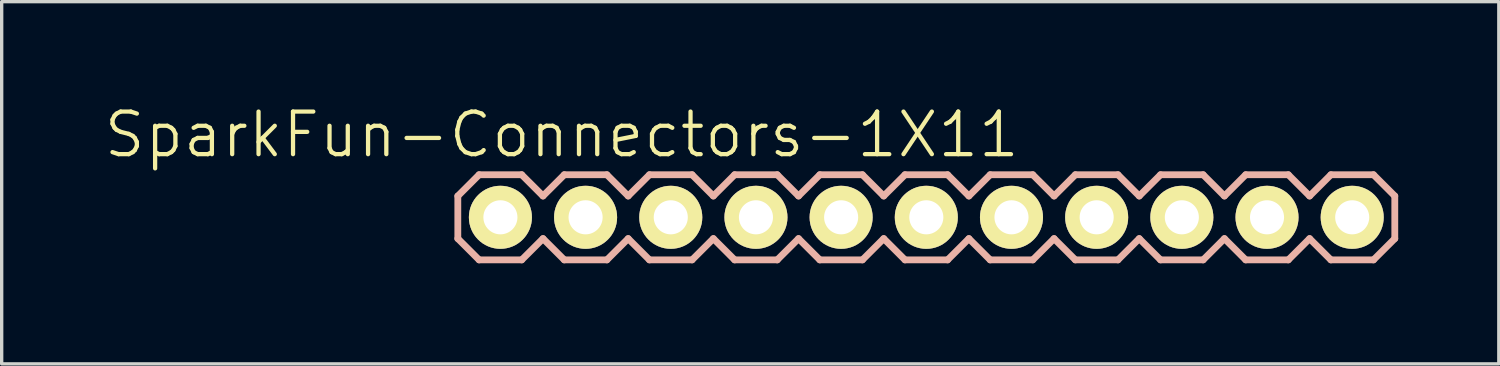
<source format=kicad_pcb>
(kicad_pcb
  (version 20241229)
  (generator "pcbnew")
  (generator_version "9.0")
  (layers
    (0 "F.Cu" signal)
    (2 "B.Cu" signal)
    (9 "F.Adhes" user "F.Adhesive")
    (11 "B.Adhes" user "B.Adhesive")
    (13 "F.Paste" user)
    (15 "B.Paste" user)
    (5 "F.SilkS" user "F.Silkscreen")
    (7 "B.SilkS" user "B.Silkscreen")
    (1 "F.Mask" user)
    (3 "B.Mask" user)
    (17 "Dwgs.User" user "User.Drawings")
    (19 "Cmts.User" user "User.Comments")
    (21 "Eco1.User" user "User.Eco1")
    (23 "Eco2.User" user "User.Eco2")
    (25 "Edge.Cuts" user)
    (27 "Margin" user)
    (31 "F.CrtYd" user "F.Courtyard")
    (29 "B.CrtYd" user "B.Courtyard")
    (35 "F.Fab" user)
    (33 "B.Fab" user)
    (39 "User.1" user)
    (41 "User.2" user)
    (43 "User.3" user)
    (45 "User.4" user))
  (footprint "SparkFun-Connectors-1X11"
    (layer "F.Cu")
    (at 11.872 3.43)
    (property "Reference" "SparkFun-Connectors-1X11" (at 1.829 -2.464 0) (layer "F.SilkS") (effects (font (size 1.27 1.27) (thickness 0.127))))
    (attr exclude_from_pos_files exclude_from_bom)
    (fp_line (start -0.254 -0.254) (end 0.254 -0.254) (stroke (width 0.066) (type solid)) (layer "F.SilkS"))
    (fp_line (start -0.254 0.254) (end -0.254 -0.254) (stroke (width 0.066) (type solid)) (layer "F.SilkS"))
    (fp_line (start -0.254 0.254) (end 0.254 0.254) (stroke (width 0.066) (type solid)) (layer "F.SilkS"))
    (fp_line (start 0.254 0.254) (end 0.254 -0.254) (stroke (width 0.066) (type solid)) (layer "F.SilkS"))
    (fp_line (start 2.286 -0.254) (end 2.794 -0.254) (stroke (width 0.066) (type solid)) (layer "F.SilkS"))
    (fp_line (start 2.286 0.254) (end 2.286 -0.254) (stroke (width 0.066) (type solid)) (layer "F.SilkS"))
    (fp_line (start 2.286 0.254) (end 2.794 0.254) (stroke (width 0.066) (type solid)) (layer "F.SilkS"))
    (fp_line (start 2.794 0.254) (end 2.794 -0.254) (stroke (width 0.066) (type solid)) (layer "F.SilkS"))
    (fp_line (start 4.826 -0.254) (end 5.334 -0.254) (stroke (width 0.066) (type solid)) (layer "F.SilkS"))
    (fp_line (start 4.826 0.254) (end 4.826 -0.254) (stroke (width 0.066) (type solid)) (layer "F.SilkS"))
    (fp_line (start 4.826 0.254) (end 5.334 0.254) (stroke (width 0.066) (type solid)) (layer "F.SilkS"))
    (fp_line (start 5.334 0.254) (end 5.334 -0.254) (stroke (width 0.066) (type solid)) (layer "F.SilkS"))
    (fp_line (start 7.366 -0.254) (end 7.874 -0.254) (stroke (width 0.066) (type solid)) (layer "F.SilkS"))
    (fp_line (start 7.366 0.254) (end 7.366 -0.254) (stroke (width 0.066) (type solid)) (layer "F.SilkS"))
    (fp_line (start 7.366 0.254) (end 7.874 0.254) (stroke (width 0.066) (type solid)) (layer "F.SilkS"))
    (fp_line (start 7.874 0.254) (end 7.874 -0.254) (stroke (width 0.066) (type solid)) (layer "F.SilkS"))
    (fp_line (start 9.906 -0.254) (end 10.414 -0.254) (stroke (width 0.066) (type solid)) (layer "F.SilkS"))
    (fp_line (start 9.906 0.254) (end 9.906 -0.254) (stroke (width 0.066) (type solid)) (layer "F.SilkS"))
    (fp_line (start 9.906 0.254) (end 10.414 0.254) (stroke (width 0.066) (type solid)) (layer "F.SilkS"))
    (fp_line (start 10.414 0.254) (end 10.414 -0.254) (stroke (width 0.066) (type solid)) (layer "F.SilkS"))
    (fp_line (start 12.446 -0.254) (end 12.954 -0.254) (stroke (width 0.066) (type solid)) (layer "F.SilkS"))
    (fp_line (start 12.446 0.254) (end 12.446 -0.254) (stroke (width 0.066) (type solid)) (layer "F.SilkS"))
    (fp_line (start 12.446 0.254) (end 12.954 0.254) (stroke (width 0.066) (type solid)) (layer "F.SilkS"))
    (fp_line (start 12.954 0.254) (end 12.954 -0.254) (stroke (width 0.066) (type solid)) (layer "F.SilkS"))
    (fp_line (start 14.986 -0.254) (end 15.494 -0.254) (stroke (width 0.066) (type solid)) (layer "F.SilkS"))
    (fp_line (start 14.986 0.254) (end 14.986 -0.254) (stroke (width 0.066) (type solid)) (layer "F.SilkS"))
    (fp_line (start 14.986 0.254) (end 15.494 0.254) (stroke (width 0.066) (type solid)) (layer "F.SilkS"))
    (fp_line (start 15.494 0.254) (end 15.494 -0.254) (stroke (width 0.066) (type solid)) (layer "F.SilkS"))
    (fp_line (start 17.523 -0.254) (end 18.034 -0.254) (stroke (width 0.066) (type solid)) (layer "F.SilkS"))
    (fp_line (start 17.523 0.254) (end 17.523 -0.254) (stroke (width 0.066) (type solid)) (layer "F.SilkS"))
    (fp_line (start 17.523 0.254) (end 18.034 0.254) (stroke (width 0.066) (type solid)) (layer "F.SilkS"))
    (fp_line (start 18.034 0.254) (end 18.034 -0.254) (stroke (width 0.066) (type solid)) (layer "F.SilkS"))
    (fp_line (start 20.066 -0.254) (end 20.574 -0.254) (stroke (width 0.066) (type solid)) (layer "F.SilkS"))
    (fp_line (start 20.066 0.254) (end 20.066 -0.254) (stroke (width 0.066) (type solid)) (layer "F.SilkS"))
    (fp_line (start 20.066 0.254) (end 20.574 0.254) (stroke (width 0.066) (type solid)) (layer "F.SilkS"))
    (fp_line (start 20.574 0.254) (end 20.574 -0.254) (stroke (width 0.066) (type solid)) (layer "F.SilkS"))
    (fp_line (start 22.606 -0.254) (end 23.114 -0.254) (stroke (width 0.066) (type solid)) (layer "F.SilkS"))
    (fp_line (start 22.606 0.254) (end 22.606 -0.254) (stroke (width 0.066) (type solid)) (layer "F.SilkS"))
    (fp_line (start 22.606 0.254) (end 23.114 0.254) (stroke (width 0.066) (type solid)) (layer "F.SilkS"))
    (fp_line (start 23.114 0.254) (end 23.114 -0.254) (stroke (width 0.066) (type solid)) (layer "F.SilkS"))
    (fp_line (start 25.146 -0.254) (end 25.654 -0.254) (stroke (width 0.066) (type solid)) (layer "F.SilkS"))
    (fp_line (start 25.146 0.254) (end 25.146 -0.254) (stroke (width 0.066) (type solid)) (layer "F.SilkS"))
    (fp_line (start 25.146 0.254) (end 25.654 0.254) (stroke (width 0.066) (type solid)) (layer "F.SilkS"))
    (fp_line (start 25.654 0.254) (end 25.654 -0.254) (stroke (width 0.066) (type solid)) (layer "F.SilkS"))
    (fp_line (start -1.27 -0.635) (end -1.27 0.635) (stroke (width 0.203) (type solid)) (layer "B.SilkS"))
    (fp_line (start -1.27 0.635) (end -0.635 1.27) (stroke (width 0.203) (type solid)) (layer "B.SilkS"))
    (fp_line (start -0.635 -1.27) (end -1.27 -0.635) (stroke (width 0.203) (type solid)) (layer "B.SilkS"))
    (fp_line (start -0.635 -1.27) (end 0.635 -1.27) (stroke (width 0.203) (type solid)) (layer "B.SilkS"))
    (fp_line (start 0.635 -1.27) (end 1.27 -0.635) (stroke (width 0.203) (type solid)) (layer "B.SilkS"))
    (fp_line (start 0.635 1.27) (end -0.635 1.27) (stroke (width 0.203) (type solid)) (layer "B.SilkS"))
    (fp_line (start 1.27 -0.635) (end 1.905 -1.27) (stroke (width 0.203) (type solid)) (layer "B.SilkS"))
    (fp_line (start 1.27 0.635) (end 0.635 1.27) (stroke (width 0.203) (type solid)) (layer "B.SilkS"))
    (fp_line (start 1.905 -1.27) (end 3.175 -1.27) (stroke (width 0.203) (type solid)) (layer "B.SilkS"))
    (fp_line (start 1.905 1.27) (end 1.27 0.635) (stroke (width 0.203) (type solid)) (layer "B.SilkS"))
    (fp_line (start 3.175 -1.27) (end 3.81 -0.635) (stroke (width 0.203) (type solid)) (layer "B.SilkS"))
    (fp_line (start 3.175 1.27) (end 1.905 1.27) (stroke (width 0.203) (type solid)) (layer "B.SilkS"))
    (fp_line (start 3.81 -0.635) (end 4.445 -1.27) (stroke (width 0.203) (type solid)) (layer "B.SilkS"))
    (fp_line (start 3.81 0.635) (end 3.175 1.27) (stroke (width 0.203) (type solid)) (layer "B.SilkS"))
    (fp_line (start 4.445 -1.27) (end 5.715 -1.27) (stroke (width 0.203) (type solid)) (layer "B.SilkS"))
    (fp_line (start 4.445 1.27) (end 3.81 0.635) (stroke (width 0.203) (type solid)) (layer "B.SilkS"))
    (fp_line (start 5.715 -1.27) (end 6.35 -0.635) (stroke (width 0.203) (type solid)) (layer "B.SilkS"))
    (fp_line (start 5.715 1.27) (end 4.445 1.27) (stroke (width 0.203) (type solid)) (layer "B.SilkS"))
    (fp_line (start 6.35 0.635) (end 5.715 1.27) (stroke (width 0.203) (type solid)) (layer "B.SilkS"))
    (fp_line (start 6.35 0.635) (end 6.985 1.27) (stroke (width 0.203) (type solid)) (layer "B.SilkS"))
    (fp_line (start 6.985 -1.27) (end 6.35 -0.635) (stroke (width 0.203) (type solid)) (layer "B.SilkS"))
    (fp_line (start 6.985 -1.27) (end 8.255 -1.27) (stroke (width 0.203) (type solid)) (layer "B.SilkS"))
    (fp_line (start 8.255 -1.27) (end 8.89 -0.635) (stroke (width 0.203) (type solid)) (layer "B.SilkS"))
    (fp_line (start 8.255 1.27) (end 6.985 1.27) (stroke (width 0.203) (type solid)) (layer "B.SilkS"))
    (fp_line (start 8.89 -0.635) (end 9.525 -1.27) (stroke (width 0.203) (type solid)) (layer "B.SilkS"))
    (fp_line (start 8.89 0.635) (end 8.255 1.27) (stroke (width 0.203) (type solid)) (layer "B.SilkS"))
    (fp_line (start 9.525 -1.27) (end 10.795 -1.27) (stroke (width 0.203) (type solid)) (layer "B.SilkS"))
    (fp_line (start 9.525 1.27) (end 8.89 0.635) (stroke (width 0.203) (type solid)) (layer "B.SilkS"))
    (fp_line (start 10.795 -1.27) (end 11.43 -0.635) (stroke (width 0.203) (type solid)) (layer "B.SilkS"))
    (fp_line (start 10.795 1.27) (end 9.525 1.27) (stroke (width 0.203) (type solid)) (layer "B.SilkS"))
    (fp_line (start 11.43 -0.635) (end 12.065 -1.27) (stroke (width 0.203) (type solid)) (layer "B.SilkS"))
    (fp_line (start 11.43 0.635) (end 10.795 1.27) (stroke (width 0.203) (type solid)) (layer "B.SilkS"))
    (fp_line (start 12.065 -1.27) (end 13.335 -1.27) (stroke (width 0.203) (type solid)) (layer "B.SilkS"))
    (fp_line (start 12.065 1.27) (end 11.43 0.635) (stroke (width 0.203) (type solid)) (layer "B.SilkS"))
    (fp_line (start 13.335 -1.27) (end 13.97 -0.635) (stroke (width 0.203) (type solid)) (layer "B.SilkS"))
    (fp_line (start 13.335 1.27) (end 12.065 1.27) (stroke (width 0.203) (type solid)) (layer "B.SilkS"))
    (fp_line (start 13.97 0.635) (end 13.335 1.27) (stroke (width 0.203) (type solid)) (layer "B.SilkS"))
    (fp_line (start 13.97 0.635) (end 14.605 1.27) (stroke (width 0.203) (type solid)) (layer "B.SilkS"))
    (fp_line (start 14.605 -1.27) (end 13.97 -0.635) (stroke (width 0.203) (type solid)) (layer "B.SilkS"))
    (fp_line (start 14.605 -1.27) (end 15.875 -1.27) (stroke (width 0.203) (type solid)) (layer "B.SilkS"))
    (fp_line (start 15.875 -1.27) (end 16.51 -0.635) (stroke (width 0.203) (type solid)) (layer "B.SilkS"))
    (fp_line (start 15.875 1.27) (end 14.605 1.27) (stroke (width 0.203) (type solid)) (layer "B.SilkS"))
    (fp_line (start 16.51 0.635) (end 15.875 1.27) (stroke (width 0.203) (type solid)) (layer "B.SilkS"))
    (fp_line (start 16.51 0.635) (end 17.145 1.27) (stroke (width 0.203) (type solid)) (layer "B.SilkS"))
    (fp_line (start 17.145 -1.27) (end 16.51 -0.635) (stroke (width 0.203) (type solid)) (layer "B.SilkS"))
    (fp_line (start 17.145 -1.27) (end 18.415 -1.27) (stroke (width 0.203) (type solid)) (layer "B.SilkS"))
    (fp_line (start 18.415 -1.27) (end 19.05 -0.635) (stroke (width 0.203) (type solid)) (layer "B.SilkS"))
    (fp_line (start 18.415 1.27) (end 17.145 1.27) (stroke (width 0.203) (type solid)) (layer "B.SilkS"))
    (fp_line (start 19.05 0.635) (end 18.415 1.27) (stroke (width 0.203) (type solid)) (layer "B.SilkS"))
    (fp_line (start 19.05 0.635) (end 19.685 1.27) (stroke (width 0.203) (type solid)) (layer "B.SilkS"))
    (fp_line (start 19.685 -1.27) (end 19.05 -0.635) (stroke (width 0.203) (type solid)) (layer "B.SilkS"))
    (fp_line (start 19.685 -1.27) (end 20.955 -1.27) (stroke (width 0.203) (type solid)) (layer "B.SilkS"))
    (fp_line (start 20.955 -1.27) (end 21.59 -0.635) (stroke (width 0.203) (type solid)) (layer "B.SilkS"))
    (fp_line (start 20.955 1.27) (end 19.685 1.27) (stroke (width 0.203) (type solid)) (layer "B.SilkS"))
    (fp_line (start 21.59 0.635) (end 20.955 1.27) (stroke (width 0.203) (type solid)) (layer "B.SilkS"))
    (fp_line (start 21.59 0.635) (end 22.225 1.27) (stroke (width 0.203) (type solid)) (layer "B.SilkS"))
    (fp_line (start 22.225 -1.27) (end 21.59 -0.635) (stroke (width 0.203) (type solid)) (layer "B.SilkS"))
    (fp_line (start 22.225 -1.27) (end 23.495 -1.27) (stroke (width 0.203) (type solid)) (layer "B.SilkS"))
    (fp_line (start 23.495 -1.27) (end 24.13 -0.635) (stroke (width 0.203) (type solid)) (layer "B.SilkS"))
    (fp_line (start 23.495 1.27) (end 22.225 1.27) (stroke (width 0.203) (type solid)) (layer "B.SilkS"))
    (fp_line (start 24.13 0.635) (end 23.495 1.27) (stroke (width 0.203) (type solid)) (layer "B.SilkS"))
    (fp_line (start 24.13 0.635) (end 24.765 1.27) (stroke (width 0.203) (type solid)) (layer "B.SilkS"))
    (fp_line (start 24.765 -1.27) (end 24.13 -0.635) (stroke (width 0.203) (type solid)) (layer "B.SilkS"))
    (fp_line (start 24.765 -1.27) (end 26.035 -1.27) (stroke (width 0.203) (type solid)) (layer "B.SilkS"))
    (fp_line (start 26.035 -1.27) (end 26.67 -0.635) (stroke (width 0.203) (type solid)) (layer "B.SilkS"))
    (fp_line (start 26.035 1.27) (end 24.765 1.27) (stroke (width 0.203) (type solid)) (layer "B.SilkS"))
    (fp_line (start 26.67 -0.635) (end 26.67 0.635) (stroke (width 0.203) (type solid)) (layer "B.SilkS"))
    (fp_line (start 26.67 0.635) (end 26.035 1.27) (stroke (width 0.203) (type solid)) (layer "B.SilkS"))
    (pad "1" thru_hole circle (at 0 0) (size 1.88 1.88) (drill 1.016) (layers "*.Cu" "F.Mask" "F.SilkS" "F.Paste"))
    (pad "2" thru_hole circle (at 2.54 0) (size 1.88 1.88) (drill 1.016) (layers "*.Cu" "F.Mask" "F.SilkS" "F.Paste"))
    (pad "3" thru_hole circle (at 5.08 0) (size 1.88 1.88) (drill 1.016) (layers "*.Cu" "F.Mask" "F.SilkS" "F.Paste"))
    (pad "4" thru_hole circle (at 7.62 0) (size 1.88 1.88) (drill 1.016) (layers "*.Cu" "F.Mask" "F.SilkS" "F.Paste"))
    (pad "5" thru_hole circle (at 10.16 0) (size 1.88 1.88) (drill 1.016) (layers "*.Cu" "F.Mask" "F.SilkS" "F.Paste"))
    (pad "6" thru_hole circle (at 12.7 0) (size 1.88 1.88) (drill 1.016) (layers "*.Cu" "F.Mask" "F.SilkS" "F.Paste"))
    (pad "7" thru_hole circle (at 15.24 0) (size 1.88 1.88) (drill 1.016) (layers "*.Cu" "F.Mask" "F.SilkS" "F.Paste"))
    (pad "8" thru_hole circle (at 17.78 0) (size 1.88 1.88) (drill 1.016) (layers "*.Cu" "F.Mask" "F.SilkS" "F.Paste"))
    (pad "9" thru_hole circle (at 20.32 0) (size 1.88 1.88) (drill 1.016) (layers "*.Cu" "F.Mask" "F.SilkS" "F.Paste"))
    (pad "10" thru_hole circle (at 22.86 0) (size 1.88 1.88) (drill 1.016) (layers "*.Cu" "F.Mask" "F.SilkS" "F.Paste"))
    (pad "11" thru_hole circle (at 25.4 0) (size 1.88 1.88) (drill 1.016) (layers "*.Cu" "F.Mask" "F.SilkS" "F.Paste")))
  (gr_rect
    (start -3 -3)
    (end 41.644 7.801)
    (stroke (width 0.1) (type default))
    (fill no)
    (layer "Edge.Cuts")))
</source>
